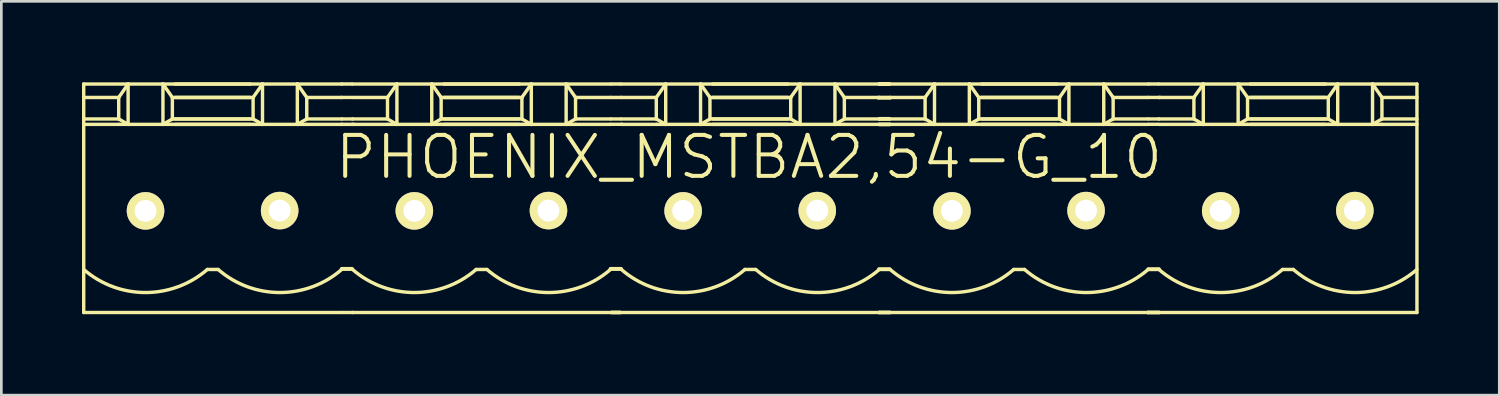
<source format=kicad_pcb>
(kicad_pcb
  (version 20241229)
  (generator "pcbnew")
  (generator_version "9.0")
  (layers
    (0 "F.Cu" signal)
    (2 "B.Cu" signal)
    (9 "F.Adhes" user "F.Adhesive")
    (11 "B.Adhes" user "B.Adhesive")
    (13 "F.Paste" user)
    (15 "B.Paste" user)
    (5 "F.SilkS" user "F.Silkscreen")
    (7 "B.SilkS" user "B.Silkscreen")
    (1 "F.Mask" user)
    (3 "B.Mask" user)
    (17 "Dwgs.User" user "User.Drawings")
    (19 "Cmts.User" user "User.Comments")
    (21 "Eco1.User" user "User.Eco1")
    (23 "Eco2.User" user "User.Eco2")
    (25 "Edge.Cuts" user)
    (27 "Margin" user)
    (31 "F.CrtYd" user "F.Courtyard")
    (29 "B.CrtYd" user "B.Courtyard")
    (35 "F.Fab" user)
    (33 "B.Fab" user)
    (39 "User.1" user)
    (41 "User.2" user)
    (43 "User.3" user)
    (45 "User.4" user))
  (footprint "PHOENIX_MSTBA2,54-G_10"
    (layer "F.Cu")
    (at 24.814 4.795)
    (property "Reference" "PHOENIX_MSTBA2,54-G_10" (at 0 -2 0) (layer "F.SilkS") (effects (font (size 1.524 1.524) (thickness 0.15))))
    (attr exclude_from_pos_files exclude_from_bom)
    (fp_line (start -24.75 -4.72) (end -24.75 3.78) (stroke (width 0.127) (type solid)) (layer "F.SilkS"))
    (fp_line (start -24.75 -4.719) (end -23.098 -4.719) (stroke (width 0.127) (type solid)) (layer "F.SilkS"))
    (fp_line (start -23.448 -4.219) (end -24.75 -4.219) (stroke (width 0.127) (type solid)) (layer "F.SilkS"))
    (fp_line (start -23.448 -4.219) (end -23.098 -4.719) (stroke (width 0.127) (type solid)) (layer "F.SilkS"))
    (fp_line (start -23.448 -3.419) (end -24.75 -3.419) (stroke (width 0.127) (type solid)) (layer "F.SilkS"))
    (fp_line (start -23.448 -3.419) (end -23.448 -4.219) (stroke (width 0.127) (type solid)) (layer "F.SilkS"))
    (fp_line (start -23.448 -3.419) (end -23.098 -3.218) (stroke (width 0.127) (type solid)) (layer "F.SilkS"))
    (fp_line (start -23.448 -3.218) (end -24.75 -3.218) (stroke (width 0.127) (type solid)) (layer "F.SilkS"))
    (fp_line (start -23.448 -3.218) (end -23.098 -3.218) (stroke (width 0.127) (type solid)) (layer "F.SilkS"))
    (fp_line (start -23.098 -4.719) (end -23.098 -3.218) (stroke (width 0.127) (type solid)) (layer "F.SilkS"))
    (fp_line (start -23.098 -4.719) (end -21.802 -4.719) (stroke (width 0.127) (type solid)) (layer "F.SilkS"))
    (fp_line (start -23.098 -3.218) (end -21.802 -3.218) (stroke (width 0.127) (type solid)) (layer "F.SilkS"))
    (fp_line (start -21.802 -4.719) (end -21.802 -3.218) (stroke (width 0.127) (type solid)) (layer "F.SilkS"))
    (fp_line (start -21.802 -4.719) (end -21.452 -4.219) (stroke (width 0.127) (type solid)) (layer "F.SilkS"))
    (fp_line (start -21.802 -4.719) (end -18.551 -4.719) (stroke (width 0.127) (type solid)) (layer "F.SilkS"))
    (fp_line (start -21.802 -3.218) (end -21.452 -3.218) (stroke (width 0.127) (type solid)) (layer "F.SilkS"))
    (fp_line (start -21.452 -4.219) (end -21.452 -3.419) (stroke (width 0.127) (type solid)) (layer "F.SilkS"))
    (fp_line (start -21.452 -4.219) (end -18.551 -4.219) (stroke (width 0.127) (type solid)) (layer "F.SilkS"))
    (fp_line (start -21.452 -3.419) (end -21.802 -3.218) (stroke (width 0.127) (type solid)) (layer "F.SilkS"))
    (fp_line (start -21.452 -3.419) (end -18.551 -3.419) (stroke (width 0.127) (type solid)) (layer "F.SilkS"))
    (fp_line (start -21.452 -3.218) (end -18.551 -3.218) (stroke (width 0.127) (type solid)) (layer "F.SilkS"))
    (fp_line (start -21.349 -4.719) (end -18.098 -4.719) (stroke (width 0.127) (type solid)) (layer "F.SilkS"))
    (fp_line (start -20.15 2.18) (end -19.75 2.18) (stroke (width 0.127) (type solid)) (layer "F.SilkS"))
    (fp_line (start -18.448 -4.219) (end -21.349 -4.219) (stroke (width 0.127) (type solid)) (layer "F.SilkS"))
    (fp_line (start -18.448 -4.219) (end -18.098 -4.719) (stroke (width 0.127) (type solid)) (layer "F.SilkS"))
    (fp_line (start -18.448 -3.419) (end -21.349 -3.419) (stroke (width 0.127) (type solid)) (layer "F.SilkS"))
    (fp_line (start -18.448 -3.419) (end -18.448 -4.219) (stroke (width 0.127) (type solid)) (layer "F.SilkS"))
    (fp_line (start -18.448 -3.419) (end -18.098 -3.218) (stroke (width 0.127) (type solid)) (layer "F.SilkS"))
    (fp_line (start -18.448 -3.218) (end -21.349 -3.218) (stroke (width 0.127) (type solid)) (layer "F.SilkS"))
    (fp_line (start -18.448 -3.218) (end -18.098 -3.218) (stroke (width 0.127) (type solid)) (layer "F.SilkS"))
    (fp_line (start -18.098 -4.719) (end -18.098 -3.218) (stroke (width 0.127) (type solid)) (layer "F.SilkS"))
    (fp_line (start -18.098 -4.719) (end -16.802 -4.719) (stroke (width 0.127) (type solid)) (layer "F.SilkS"))
    (fp_line (start -18.098 -3.218) (end -16.802 -3.218) (stroke (width 0.127) (type solid)) (layer "F.SilkS"))
    (fp_line (start -16.802 -4.719) (end -16.802 -3.218) (stroke (width 0.127) (type solid)) (layer "F.SilkS"))
    (fp_line (start -16.802 -4.719) (end -16.452 -4.219) (stroke (width 0.127) (type solid)) (layer "F.SilkS"))
    (fp_line (start -16.802 -4.719) (end -15.15 -4.719) (stroke (width 0.127) (type solid)) (layer "F.SilkS"))
    (fp_line (start -16.802 -3.218) (end -16.452 -3.218) (stroke (width 0.127) (type solid)) (layer "F.SilkS"))
    (fp_line (start -16.452 -4.219) (end -16.452 -3.419) (stroke (width 0.127) (type solid)) (layer "F.SilkS"))
    (fp_line (start -16.452 -4.219) (end -15.15 -4.219) (stroke (width 0.127) (type solid)) (layer "F.SilkS"))
    (fp_line (start -16.452 -3.419) (end -16.802 -3.218) (stroke (width 0.127) (type solid)) (layer "F.SilkS"))
    (fp_line (start -16.452 -3.419) (end -15.15 -3.419) (stroke (width 0.127) (type solid)) (layer "F.SilkS"))
    (fp_line (start -16.452 -3.218) (end -15.15 -3.218) (stroke (width 0.127) (type solid)) (layer "F.SilkS"))
    (fp_line (start -15.17 -3.22) (end -14.7 -3.22) (stroke (width 0.128) (type solid)) (layer "F.SilkS"))
    (fp_line (start -15.16 -4.22) (end -14.78 -4.22) (stroke (width 0.127) (type solid)) (layer "F.SilkS"))
    (fp_line (start -15.15 -4.72) (end -14.77 -4.72) (stroke (width 0.127) (type solid)) (layer "F.SilkS"))
    (fp_line (start -15.15 2.16) (end -14.77 2.16) (stroke (width 0.15) (type solid)) (layer "F.SilkS"))
    (fp_line (start -15.15 3.78) (end -24.749 3.78) (stroke (width 0.127) (type solid)) (layer "F.SilkS"))
    (fp_line (start -15.14 -3.42) (end -14.75 -3.42) (stroke (width 0.127) (type solid)) (layer "F.SilkS"))
    (fp_line (start -15.135 3.78) (end -14.735 3.78) (stroke (width 0.127) (type solid)) (layer "F.SilkS"))
    (fp_line (start -14.75 -4.719) (end -13.098 -4.719) (stroke (width 0.127) (type solid)) (layer "F.SilkS"))
    (fp_line (start -13.448 -4.219) (end -14.75 -4.219) (stroke (width 0.127) (type solid)) (layer "F.SilkS"))
    (fp_line (start -13.448 -4.219) (end -13.098 -4.719) (stroke (width 0.127) (type solid)) (layer "F.SilkS"))
    (fp_line (start -13.448 -3.419) (end -14.75 -3.419) (stroke (width 0.127) (type solid)) (layer "F.SilkS"))
    (fp_line (start -13.448 -3.419) (end -13.448 -4.219) (stroke (width 0.127) (type solid)) (layer "F.SilkS"))
    (fp_line (start -13.448 -3.419) (end -13.098 -3.218) (stroke (width 0.127) (type solid)) (layer "F.SilkS"))
    (fp_line (start -13.448 -3.218) (end -14.75 -3.218) (stroke (width 0.127) (type solid)) (layer "F.SilkS"))
    (fp_line (start -13.448 -3.218) (end -13.098 -3.218) (stroke (width 0.127) (type solid)) (layer "F.SilkS"))
    (fp_line (start -13.098 -4.719) (end -13.098 -3.218) (stroke (width 0.127) (type solid)) (layer "F.SilkS"))
    (fp_line (start -13.098 -4.719) (end -11.802 -4.719) (stroke (width 0.127) (type solid)) (layer "F.SilkS"))
    (fp_line (start -13.098 -3.218) (end -11.802 -3.218) (stroke (width 0.127) (type solid)) (layer "F.SilkS"))
    (fp_line (start -11.802 -4.719) (end -11.802 -3.218) (stroke (width 0.127) (type solid)) (layer "F.SilkS"))
    (fp_line (start -11.802 -4.719) (end -11.452 -4.219) (stroke (width 0.127) (type solid)) (layer "F.SilkS"))
    (fp_line (start -11.802 -4.719) (end -8.551 -4.719) (stroke (width 0.127) (type solid)) (layer "F.SilkS"))
    (fp_line (start -11.802 -3.218) (end -11.452 -3.218) (stroke (width 0.127) (type solid)) (layer "F.SilkS"))
    (fp_line (start -11.452 -4.219) (end -11.452 -3.419) (stroke (width 0.127) (type solid)) (layer "F.SilkS"))
    (fp_line (start -11.452 -4.219) (end -8.551 -4.219) (stroke (width 0.127) (type solid)) (layer "F.SilkS"))
    (fp_line (start -11.452 -3.419) (end -11.802 -3.218) (stroke (width 0.127) (type solid)) (layer "F.SilkS"))
    (fp_line (start -11.452 -3.419) (end -8.551 -3.419) (stroke (width 0.127) (type solid)) (layer "F.SilkS"))
    (fp_line (start -11.452 -3.218) (end -8.551 -3.218) (stroke (width 0.127) (type solid)) (layer "F.SilkS"))
    (fp_line (start -11.349 -4.719) (end -8.098 -4.719) (stroke (width 0.127) (type solid)) (layer "F.SilkS"))
    (fp_line (start -10.15 2.18) (end -9.75 2.18) (stroke (width 0.127) (type solid)) (layer "F.SilkS"))
    (fp_line (start -8.448 -4.219) (end -11.349 -4.219) (stroke (width 0.127) (type solid)) (layer "F.SilkS"))
    (fp_line (start -8.448 -4.219) (end -8.098 -4.719) (stroke (width 0.127) (type solid)) (layer "F.SilkS"))
    (fp_line (start -8.448 -3.419) (end -11.349 -3.419) (stroke (width 0.127) (type solid)) (layer "F.SilkS"))
    (fp_line (start -8.448 -3.419) (end -8.448 -4.219) (stroke (width 0.127) (type solid)) (layer "F.SilkS"))
    (fp_line (start -8.448 -3.419) (end -8.098 -3.218) (stroke (width 0.127) (type solid)) (layer "F.SilkS"))
    (fp_line (start -8.448 -3.218) (end -11.349 -3.218) (stroke (width 0.127) (type solid)) (layer "F.SilkS"))
    (fp_line (start -8.448 -3.218) (end -8.098 -3.218) (stroke (width 0.127) (type solid)) (layer "F.SilkS"))
    (fp_line (start -8.098 -4.719) (end -8.098 -3.218) (stroke (width 0.127) (type solid)) (layer "F.SilkS"))
    (fp_line (start -8.098 -4.719) (end -6.802 -4.719) (stroke (width 0.127) (type solid)) (layer "F.SilkS"))
    (fp_line (start -8.098 -3.218) (end -6.802 -3.218) (stroke (width 0.127) (type solid)) (layer "F.SilkS"))
    (fp_line (start -6.802 -4.719) (end -6.802 -3.218) (stroke (width 0.127) (type solid)) (layer "F.SilkS"))
    (fp_line (start -6.802 -4.719) (end -6.452 -4.219) (stroke (width 0.127) (type solid)) (layer "F.SilkS"))
    (fp_line (start -6.802 -4.719) (end -5.15 -4.719) (stroke (width 0.127) (type solid)) (layer "F.SilkS"))
    (fp_line (start -6.802 -3.218) (end -6.452 -3.218) (stroke (width 0.127) (type solid)) (layer "F.SilkS"))
    (fp_line (start -6.452 -4.219) (end -6.452 -3.419) (stroke (width 0.127) (type solid)) (layer "F.SilkS"))
    (fp_line (start -6.452 -4.219) (end -5.15 -4.219) (stroke (width 0.127) (type solid)) (layer "F.SilkS"))
    (fp_line (start -6.452 -3.419) (end -6.802 -3.218) (stroke (width 0.127) (type solid)) (layer "F.SilkS"))
    (fp_line (start -6.452 -3.419) (end -5.15 -3.419) (stroke (width 0.127) (type solid)) (layer "F.SilkS"))
    (fp_line (start -6.452 -3.218) (end -5.15 -3.218) (stroke (width 0.127) (type solid)) (layer "F.SilkS"))
    (fp_line (start -5.15 -3.22) (end -4.72 -3.22) (stroke (width 0.127) (type solid)) (layer "F.SilkS"))
    (fp_line (start -5.15 2.16) (end -4.76 2.16) (stroke (width 0.15) (type solid)) (layer "F.SilkS"))
    (fp_line (start -5.15 3.78) (end -14.749 3.78) (stroke (width 0.127) (type solid)) (layer "F.SilkS"))
    (fp_line (start -5.14 -4.22) (end -4.75 -4.22) (stroke (width 0.129) (type solid)) (layer "F.SilkS"))
    (fp_line (start -5.13 -3.42) (end -4.78 -3.42) (stroke (width 0.127) (type solid)) (layer "F.SilkS"))
    (fp_line (start -5.12 -4.72) (end -4.78 -4.72) (stroke (width 0.127) (type solid)) (layer "F.SilkS"))
    (fp_line (start -5.1 3.78) (end -4.8 3.78) (stroke (width 0.15) (type solid)) (layer "F.SilkS"))
    (fp_line (start -4.75 -4.719) (end -3.098 -4.719) (stroke (width 0.127) (type solid)) (layer "F.SilkS"))
    (fp_line (start -3.448 -4.219) (end -4.75 -4.219) (stroke (width 0.127) (type solid)) (layer "F.SilkS"))
    (fp_line (start -3.448 -4.219) (end -3.098 -4.719) (stroke (width 0.127) (type solid)) (layer "F.SilkS"))
    (fp_line (start -3.448 -3.419) (end -4.75 -3.419) (stroke (width 0.127) (type solid)) (layer "F.SilkS"))
    (fp_line (start -3.448 -3.419) (end -3.448 -4.219) (stroke (width 0.127) (type solid)) (layer "F.SilkS"))
    (fp_line (start -3.448 -3.419) (end -3.098 -3.218) (stroke (width 0.127) (type solid)) (layer "F.SilkS"))
    (fp_line (start -3.448 -3.218) (end -4.75 -3.218) (stroke (width 0.127) (type solid)) (layer "F.SilkS"))
    (fp_line (start -3.448 -3.218) (end -3.098 -3.218) (stroke (width 0.127) (type solid)) (layer "F.SilkS"))
    (fp_line (start -3.098 -4.719) (end -3.098 -3.218) (stroke (width 0.127) (type solid)) (layer "F.SilkS"))
    (fp_line (start -3.098 -4.719) (end -1.802 -4.719) (stroke (width 0.127) (type solid)) (layer "F.SilkS"))
    (fp_line (start -3.098 -3.218) (end -1.802 -3.218) (stroke (width 0.127) (type solid)) (layer "F.SilkS"))
    (fp_line (start -1.802 -4.719) (end -1.802 -3.218) (stroke (width 0.127) (type solid)) (layer "F.SilkS"))
    (fp_line (start -1.802 -4.719) (end -1.452 -4.219) (stroke (width 0.127) (type solid)) (layer "F.SilkS"))
    (fp_line (start -1.802 -4.719) (end 1.449 -4.719) (stroke (width 0.127) (type solid)) (layer "F.SilkS"))
    (fp_line (start -1.802 -3.218) (end -1.452 -3.218) (stroke (width 0.127) (type solid)) (layer "F.SilkS"))
    (fp_line (start -1.452 -4.219) (end -1.452 -3.419) (stroke (width 0.127) (type solid)) (layer "F.SilkS"))
    (fp_line (start -1.452 -4.219) (end 1.449 -4.219) (stroke (width 0.127) (type solid)) (layer "F.SilkS"))
    (fp_line (start -1.452 -3.419) (end -1.802 -3.218) (stroke (width 0.127) (type solid)) (layer "F.SilkS"))
    (fp_line (start -1.452 -3.419) (end 1.449 -3.419) (stroke (width 0.127) (type solid)) (layer "F.SilkS"))
    (fp_line (start -1.452 -3.218) (end 1.449 -3.218) (stroke (width 0.127) (type solid)) (layer "F.SilkS"))
    (fp_line (start -1.349 -4.719) (end 1.902 -4.719) (stroke (width 0.127) (type solid)) (layer "F.SilkS"))
    (fp_line (start -0.15 2.18) (end 0.25 2.18) (stroke (width 0.127) (type solid)) (layer "F.SilkS"))
    (fp_line (start 1.552 -4.219) (end -1.349 -4.219) (stroke (width 0.127) (type solid)) (layer "F.SilkS"))
    (fp_line (start 1.552 -4.219) (end 1.902 -4.719) (stroke (width 0.127) (type solid)) (layer "F.SilkS"))
    (fp_line (start 1.552 -3.419) (end -1.349 -3.419) (stroke (width 0.127) (type solid)) (layer "F.SilkS"))
    (fp_line (start 1.552 -3.419) (end 1.552 -4.219) (stroke (width 0.127) (type solid)) (layer "F.SilkS"))
    (fp_line (start 1.552 -3.419) (end 1.902 -3.218) (stroke (width 0.127) (type solid)) (layer "F.SilkS"))
    (fp_line (start 1.552 -3.218) (end -1.349 -3.218) (stroke (width 0.127) (type solid)) (layer "F.SilkS"))
    (fp_line (start 1.552 -3.218) (end 1.902 -3.218) (stroke (width 0.127) (type solid)) (layer "F.SilkS"))
    (fp_line (start 1.902 -4.719) (end 1.902 -3.218) (stroke (width 0.127) (type solid)) (layer "F.SilkS"))
    (fp_line (start 1.902 -4.719) (end 3.198 -4.719) (stroke (width 0.127) (type solid)) (layer "F.SilkS"))
    (fp_line (start 1.902 -3.218) (end 3.198 -3.218) (stroke (width 0.127) (type solid)) (layer "F.SilkS"))
    (fp_line (start 3.198 -4.719) (end 3.198 -3.218) (stroke (width 0.127) (type solid)) (layer "F.SilkS"))
    (fp_line (start 3.198 -4.719) (end 3.548 -4.219) (stroke (width 0.127) (type solid)) (layer "F.SilkS"))
    (fp_line (start 3.198 -4.719) (end 4.85 -4.719) (stroke (width 0.127) (type solid)) (layer "F.SilkS"))
    (fp_line (start 3.198 -3.218) (end 3.548 -3.218) (stroke (width 0.127) (type solid)) (layer "F.SilkS"))
    (fp_line (start 3.548 -4.219) (end 3.548 -3.419) (stroke (width 0.127) (type solid)) (layer "F.SilkS"))
    (fp_line (start 3.548 -4.219) (end 4.85 -4.219) (stroke (width 0.127) (type solid)) (layer "F.SilkS"))
    (fp_line (start 3.548 -3.419) (end 3.198 -3.218) (stroke (width 0.127) (type solid)) (layer "F.SilkS"))
    (fp_line (start 3.548 -3.419) (end 4.85 -3.419) (stroke (width 0.127) (type solid)) (layer "F.SilkS"))
    (fp_line (start 3.548 -3.218) (end 4.85 -3.218) (stroke (width 0.127) (type solid)) (layer "F.SilkS"))
    (fp_line (start 4.82 -4.21) (end 5.25 -4.21) (stroke (width 0.15) (type solid)) (layer "F.SilkS"))
    (fp_line (start 4.84 2.17) (end 5.23 2.17) (stroke (width 0.15) (type solid)) (layer "F.SilkS"))
    (fp_line (start 4.85 -4.72) (end 5.22 -4.72) (stroke (width 0.15) (type solid)) (layer "F.SilkS"))
    (fp_line (start 4.85 -3.42) (end 5.22 -3.42) (stroke (width 0.15) (type solid)) (layer "F.SilkS"))
    (fp_line (start 4.85 3.78) (end -4.749 3.78) (stroke (width 0.127) (type solid)) (layer "F.SilkS"))
    (fp_line (start 4.86 -3.22) (end 5.23 -3.22) (stroke (width 0.15) (type solid)) (layer "F.SilkS"))
    (fp_line (start 4.86 3.78) (end 5.23 3.78) (stroke (width 0.15) (type solid)) (layer "F.SilkS"))
    (fp_line (start 5.25 -4.719) (end 6.902 -4.719) (stroke (width 0.127) (type solid)) (layer "F.SilkS"))
    (fp_line (start 6.552 -4.219) (end 5.25 -4.219) (stroke (width 0.127) (type solid)) (layer "F.SilkS"))
    (fp_line (start 6.552 -4.219) (end 6.902 -4.719) (stroke (width 0.127) (type solid)) (layer "F.SilkS"))
    (fp_line (start 6.552 -3.419) (end 5.25 -3.419) (stroke (width 0.127) (type solid)) (layer "F.SilkS"))
    (fp_line (start 6.552 -3.419) (end 6.552 -4.219) (stroke (width 0.127) (type solid)) (layer "F.SilkS"))
    (fp_line (start 6.552 -3.419) (end 6.902 -3.218) (stroke (width 0.127) (type solid)) (layer "F.SilkS"))
    (fp_line (start 6.552 -3.218) (end 5.25 -3.218) (stroke (width 0.127) (type solid)) (layer "F.SilkS"))
    (fp_line (start 6.552 -3.218) (end 6.902 -3.218) (stroke (width 0.127) (type solid)) (layer "F.SilkS"))
    (fp_line (start 6.902 -4.719) (end 6.902 -3.218) (stroke (width 0.127) (type solid)) (layer "F.SilkS"))
    (fp_line (start 6.902 -4.719) (end 8.198 -4.719) (stroke (width 0.127) (type solid)) (layer "F.SilkS"))
    (fp_line (start 6.902 -3.218) (end 8.198 -3.218) (stroke (width 0.127) (type solid)) (layer "F.SilkS"))
    (fp_line (start 8.198 -4.719) (end 8.198 -3.218) (stroke (width 0.127) (type solid)) (layer "F.SilkS"))
    (fp_line (start 8.198 -4.719) (end 8.548 -4.219) (stroke (width 0.127) (type solid)) (layer "F.SilkS"))
    (fp_line (start 8.198 -4.719) (end 11.449 -4.719) (stroke (width 0.127) (type solid)) (layer "F.SilkS"))
    (fp_line (start 8.198 -3.218) (end 8.548 -3.218) (stroke (width 0.127) (type solid)) (layer "F.SilkS"))
    (fp_line (start 8.548 -4.219) (end 8.548 -3.419) (stroke (width 0.127) (type solid)) (layer "F.SilkS"))
    (fp_line (start 8.548 -4.219) (end 11.449 -4.219) (stroke (width 0.127) (type solid)) (layer "F.SilkS"))
    (fp_line (start 8.548 -3.419) (end 8.198 -3.218) (stroke (width 0.127) (type solid)) (layer "F.SilkS"))
    (fp_line (start 8.548 -3.419) (end 11.449 -3.419) (stroke (width 0.127) (type solid)) (layer "F.SilkS"))
    (fp_line (start 8.548 -3.218) (end 11.449 -3.218) (stroke (width 0.127) (type solid)) (layer "F.SilkS"))
    (fp_line (start 8.651 -4.719) (end 11.902 -4.719) (stroke (width 0.127) (type solid)) (layer "F.SilkS"))
    (fp_line (start 9.85 2.18) (end 10.25 2.18) (stroke (width 0.127) (type solid)) (layer "F.SilkS"))
    (fp_line (start 11.552 -4.219) (end 8.651 -4.219) (stroke (width 0.127) (type solid)) (layer "F.SilkS"))
    (fp_line (start 11.552 -4.219) (end 11.902 -4.719) (stroke (width 0.127) (type solid)) (layer "F.SilkS"))
    (fp_line (start 11.552 -3.419) (end 8.651 -3.419) (stroke (width 0.127) (type solid)) (layer "F.SilkS"))
    (fp_line (start 11.552 -3.419) (end 11.552 -4.219) (stroke (width 0.127) (type solid)) (layer "F.SilkS"))
    (fp_line (start 11.552 -3.419) (end 11.902 -3.218) (stroke (width 0.127) (type solid)) (layer "F.SilkS"))
    (fp_line (start 11.552 -3.218) (end 8.651 -3.218) (stroke (width 0.127) (type solid)) (layer "F.SilkS"))
    (fp_line (start 11.552 -3.218) (end 11.902 -3.218) (stroke (width 0.127) (type solid)) (layer "F.SilkS"))
    (fp_line (start 11.902 -4.719) (end 11.902 -3.218) (stroke (width 0.127) (type solid)) (layer "F.SilkS"))
    (fp_line (start 11.902 -4.719) (end 13.198 -4.719) (stroke (width 0.127) (type solid)) (layer "F.SilkS"))
    (fp_line (start 11.902 -3.218) (end 13.198 -3.218) (stroke (width 0.127) (type solid)) (layer "F.SilkS"))
    (fp_line (start 13.198 -4.719) (end 13.198 -3.218) (stroke (width 0.127) (type solid)) (layer "F.SilkS"))
    (fp_line (start 13.198 -4.719) (end 13.548 -4.219) (stroke (width 0.127) (type solid)) (layer "F.SilkS"))
    (fp_line (start 13.198 -4.719) (end 14.85 -4.719) (stroke (width 0.127) (type solid)) (layer "F.SilkS"))
    (fp_line (start 13.198 -3.218) (end 13.548 -3.218) (stroke (width 0.127) (type solid)) (layer "F.SilkS"))
    (fp_line (start 13.548 -4.219) (end 13.548 -3.419) (stroke (width 0.127) (type solid)) (layer "F.SilkS"))
    (fp_line (start 13.548 -4.219) (end 14.85 -4.219) (stroke (width 0.127) (type solid)) (layer "F.SilkS"))
    (fp_line (start 13.548 -3.419) (end 13.198 -3.218) (stroke (width 0.127) (type solid)) (layer "F.SilkS"))
    (fp_line (start 13.548 -3.419) (end 14.85 -3.419) (stroke (width 0.127) (type solid)) (layer "F.SilkS"))
    (fp_line (start 13.548 -3.218) (end 14.85 -3.218) (stroke (width 0.127) (type solid)) (layer "F.SilkS"))
    (fp_line (start 14.85 -4.22) (end 15.29 -4.22) (stroke (width 0.127) (type solid)) (layer "F.SilkS"))
    (fp_line (start 14.85 3.78) (end 5.251 3.78) (stroke (width 0.127) (type solid)) (layer "F.SilkS"))
    (fp_line (start 14.85 3.78) (end 15.24 3.78) (stroke (width 0.15) (type solid)) (layer "F.SilkS"))
    (fp_line (start 14.86 2.17) (end 15.25 2.17) (stroke (width 0.15) (type solid)) (layer "F.SilkS"))
    (fp_line (start 14.87 -4.72) (end 15.23 -4.72) (stroke (width 0.127) (type solid)) (layer "F.SilkS"))
    (fp_line (start 14.87 -3.42) (end 15.26 -3.42) (stroke (width 0.127) (type solid)) (layer "F.SilkS"))
    (fp_line (start 14.87 -3.22) (end 15.23 -3.22) (stroke (width 0.127) (type solid)) (layer "F.SilkS"))
    (fp_line (start 15.25 -4.719) (end 16.902 -4.719) (stroke (width 0.127) (type solid)) (layer "F.SilkS"))
    (fp_line (start 16.552 -4.219) (end 15.25 -4.219) (stroke (width 0.127) (type solid)) (layer "F.SilkS"))
    (fp_line (start 16.552 -4.219) (end 16.902 -4.719) (stroke (width 0.127) (type solid)) (layer "F.SilkS"))
    (fp_line (start 16.552 -3.419) (end 15.25 -3.419) (stroke (width 0.127) (type solid)) (layer "F.SilkS"))
    (fp_line (start 16.552 -3.419) (end 16.552 -4.219) (stroke (width 0.127) (type solid)) (layer "F.SilkS"))
    (fp_line (start 16.552 -3.419) (end 16.902 -3.218) (stroke (width 0.127) (type solid)) (layer "F.SilkS"))
    (fp_line (start 16.552 -3.218) (end 15.25 -3.218) (stroke (width 0.127) (type solid)) (layer "F.SilkS"))
    (fp_line (start 16.552 -3.218) (end 16.902 -3.218) (stroke (width 0.127) (type solid)) (layer "F.SilkS"))
    (fp_line (start 16.902 -4.719) (end 16.902 -3.218) (stroke (width 0.127) (type solid)) (layer "F.SilkS"))
    (fp_line (start 16.902 -4.719) (end 18.198 -4.719) (stroke (width 0.127) (type solid)) (layer "F.SilkS"))
    (fp_line (start 16.902 -3.218) (end 18.198 -3.218) (stroke (width 0.127) (type solid)) (layer "F.SilkS"))
    (fp_line (start 18.198 -4.719) (end 18.198 -3.218) (stroke (width 0.127) (type solid)) (layer "F.SilkS"))
    (fp_line (start 18.198 -4.719) (end 18.548 -4.219) (stroke (width 0.127) (type solid)) (layer "F.SilkS"))
    (fp_line (start 18.198 -4.719) (end 21.449 -4.719) (stroke (width 0.127) (type solid)) (layer "F.SilkS"))
    (fp_line (start 18.198 -3.218) (end 18.548 -3.218) (stroke (width 0.127) (type solid)) (layer "F.SilkS"))
    (fp_line (start 18.548 -4.219) (end 18.548 -3.419) (stroke (width 0.127) (type solid)) (layer "F.SilkS"))
    (fp_line (start 18.548 -4.219) (end 21.449 -4.219) (stroke (width 0.127) (type solid)) (layer "F.SilkS"))
    (fp_line (start 18.548 -3.419) (end 18.198 -3.218) (stroke (width 0.127) (type solid)) (layer "F.SilkS"))
    (fp_line (start 18.548 -3.419) (end 21.449 -3.419) (stroke (width 0.127) (type solid)) (layer "F.SilkS"))
    (fp_line (start 18.548 -3.218) (end 21.449 -3.218) (stroke (width 0.127) (type solid)) (layer "F.SilkS"))
    (fp_line (start 18.651 -4.719) (end 21.902 -4.719) (stroke (width 0.127) (type solid)) (layer "F.SilkS"))
    (fp_line (start 19.85 2.18) (end 20.25 2.18) (stroke (width 0.127) (type solid)) (layer "F.SilkS"))
    (fp_line (start 21.552 -4.219) (end 18.651 -4.219) (stroke (width 0.127) (type solid)) (layer "F.SilkS"))
    (fp_line (start 21.552 -4.219) (end 21.902 -4.719) (stroke (width 0.127) (type solid)) (layer "F.SilkS"))
    (fp_line (start 21.552 -3.419) (end 18.651 -3.419) (stroke (width 0.127) (type solid)) (layer "F.SilkS"))
    (fp_line (start 21.552 -3.419) (end 21.552 -4.219) (stroke (width 0.127) (type solid)) (layer "F.SilkS"))
    (fp_line (start 21.552 -3.419) (end 21.902 -3.218) (stroke (width 0.127) (type solid)) (layer "F.SilkS"))
    (fp_line (start 21.552 -3.218) (end 18.651 -3.218) (stroke (width 0.127) (type solid)) (layer "F.SilkS"))
    (fp_line (start 21.552 -3.218) (end 21.902 -3.218) (stroke (width 0.127) (type solid)) (layer "F.SilkS"))
    (fp_line (start 21.902 -4.719) (end 21.902 -3.218) (stroke (width 0.127) (type solid)) (layer "F.SilkS"))
    (fp_line (start 21.902 -4.719) (end 23.198 -4.719) (stroke (width 0.127) (type solid)) (layer "F.SilkS"))
    (fp_line (start 21.902 -3.218) (end 23.198 -3.218) (stroke (width 0.127) (type solid)) (layer "F.SilkS"))
    (fp_line (start 23.198 -4.719) (end 23.198 -3.218) (stroke (width 0.127) (type solid)) (layer "F.SilkS"))
    (fp_line (start 23.198 -4.719) (end 23.548 -4.219) (stroke (width 0.127) (type solid)) (layer "F.SilkS"))
    (fp_line (start 23.198 -4.719) (end 24.85 -4.719) (stroke (width 0.127) (type solid)) (layer "F.SilkS"))
    (fp_line (start 23.198 -3.218) (end 23.548 -3.218) (stroke (width 0.127) (type solid)) (layer "F.SilkS"))
    (fp_line (start 23.548 -4.219) (end 23.548 -3.419) (stroke (width 0.127) (type solid)) (layer "F.SilkS"))
    (fp_line (start 23.548 -4.219) (end 24.85 -4.219) (stroke (width 0.127) (type solid)) (layer "F.SilkS"))
    (fp_line (start 23.548 -3.419) (end 23.198 -3.218) (stroke (width 0.127) (type solid)) (layer "F.SilkS"))
    (fp_line (start 23.548 -3.419) (end 24.85 -3.419) (stroke (width 0.127) (type solid)) (layer "F.SilkS"))
    (fp_line (start 23.548 -3.218) (end 24.85 -3.218) (stroke (width 0.127) (type solid)) (layer "F.SilkS"))
    (fp_line (start 24.85 -4.72) (end 24.85 3.78) (stroke (width 0.127) (type solid)) (layer "F.SilkS"))
    (fp_line (start 24.85 3.78) (end 15.251 3.78) (stroke (width 0.127) (type solid)) (layer "F.SilkS"))
    (fp_arc (start -20.1513 2.17964) (mid -22.450133 3.037896) (end -24.748901 2.179466) (stroke (width 0.127) (type solid)) (layer "F.SilkS"))
    (fp_arc (start -15.1513 2.17964) (mid -17.450133 3.037896) (end -19.748901 2.179466) (stroke (width 0.127) (type solid)) (layer "F.SilkS"))
    (fp_arc (start -10.1513 2.17964) (mid -12.450133 3.037896) (end -14.748901 2.179466) (stroke (width 0.127) (type solid)) (layer "F.SilkS"))
    (fp_arc (start -5.1513 2.17964) (mid -7.450133 3.037896) (end -9.748901 2.179466) (stroke (width 0.127) (type solid)) (layer "F.SilkS"))
    (fp_arc (start -0.1513 2.17964) (mid -2.450133 3.037896) (end -4.748901 2.179466) (stroke (width 0.127) (type solid)) (layer "F.SilkS"))
    (fp_arc (start 4.8487 2.17964) (mid 2.549867 3.037896) (end 0.251099 2.179466) (stroke (width 0.127) (type solid)) (layer "F.SilkS"))
    (fp_arc (start 9.8487 2.17964) (mid 7.549867 3.037896) (end 5.251099 2.179466) (stroke (width 0.127) (type solid)) (layer "F.SilkS"))
    (fp_arc (start 14.8487 2.17964) (mid 12.549867 3.037896) (end 10.251099 2.179466) (stroke (width 0.127) (type solid)) (layer "F.SilkS"))
    (fp_arc (start 19.8487 2.17964) (mid 17.549867 3.037896) (end 15.251099 2.179466) (stroke (width 0.127) (type solid)) (layer "F.SilkS"))
    (fp_arc (start 24.8487 2.17964) (mid 22.549867 3.037896) (end 20.251099 2.179466) (stroke (width 0.127) (type solid)) (layer "F.SilkS"))
    (pad "1" thru_hole rect (at -22.45 -0.02) (size 0.001 0.001) (drill 1.298) (layers "*.Cu" "F.Mask" "F.SilkS" "F.Paste"))
    (pad "1" thru_hole circle (at -22.45 0) (size 1.397 1.397) (drill 0.813) (layers "*.Cu" "*.Mask" "F.SilkS"))
    (pad "1" thru_hole rect (at -17.45 -0.02) (size 0.001 0.001) (drill 1.298) (layers "*.Cu" "F.Mask" "F.SilkS" "F.Paste"))
    (pad "1" thru_hole rect (at -12.45 -0.02) (size 0.001 0.001) (drill 1.298) (layers "*.Cu" "F.Mask" "F.SilkS" "F.Paste"))
    (pad "1" thru_hole rect (at -7.45 -0.02) (size 0.001 0.001) (drill 1.298) (layers "*.Cu" "F.Mask" "F.SilkS" "F.Paste"))
    (pad "1" thru_hole rect (at -2.45 -0.02) (size 0.001 0.001) (drill 1.298) (layers "*.Cu" "F.Mask" "F.SilkS" "F.Paste"))
    (pad "1" thru_hole rect (at 2.55 -0.02) (size 0.001 0.001) (drill 1.298) (layers "*.Cu" "F.Mask" "F.SilkS" "F.Paste"))
    (pad "1" thru_hole rect (at 7.55 -0.02) (size 0.001 0.001) (drill 1.298) (layers "*.Cu" "F.Mask" "F.SilkS" "F.Paste"))
    (pad "1" thru_hole rect (at 12.55 -0.02) (size 0.001 0.001) (drill 1.298) (layers "*.Cu" "F.Mask" "F.SilkS" "F.Paste"))
    (pad "1" thru_hole rect (at 17.55 -0.02) (size 0.001 0.001) (drill 1.298) (layers "*.Cu" "F.Mask" "F.SilkS" "F.Paste"))
    (pad "1" thru_hole rect (at 22.55 -0.02) (size 0.001 0.001) (drill 1.298) (layers "*.Cu" "F.Mask" "F.SilkS" "F.Paste"))
    (pad "2" thru_hole circle (at -17.46 -0.01) (size 1.397 1.397) (drill 0.813) (layers "*.Cu" "*.Mask" "F.SilkS"))
    (pad "3" thru_hole circle (at -12.45 0) (size 1.397 1.397) (drill 0.813) (layers "*.Cu" "*.Mask" "F.SilkS"))
    (pad "4" thru_hole circle (at -7.46 -0.01) (size 1.397 1.397) (drill 0.813) (layers "*.Cu" "*.Mask" "F.SilkS"))
    (pad "5" thru_hole circle (at -2.45 0) (size 1.397 1.397) (drill 0.813) (layers "*.Cu" "*.Mask" "F.SilkS"))
    (pad "6" thru_hole circle (at 2.54 -0.01) (size 1.397 1.397) (drill 0.813) (layers "*.Cu" "*.Mask" "F.SilkS"))
    (pad "7" thru_hole circle (at 7.55 0) (size 1.397 1.397) (drill 0.813) (layers "*.Cu" "*.Mask" "F.SilkS"))
    (pad "8" thru_hole circle (at 12.54 -0.01) (size 1.397 1.397) (drill 0.813) (layers "*.Cu" "*.Mask" "F.SilkS"))
    (pad "9" thru_hole circle (at 17.55 0) (size 1.397 1.397) (drill 0.813) (layers "*.Cu" "*.Mask" "F.SilkS"))
    (pad "10" thru_hole circle (at 22.54 -0.01) (size 1.397 1.397) (drill 0.813) (layers "*.Cu" "*.Mask" "F.SilkS")))
  (gr_rect
    (start -3 -3)
    (end 52.727 11.65)
    (stroke (width 0.1) (type default))
    (fill no)
    (layer "Edge.Cuts")))
</source>
